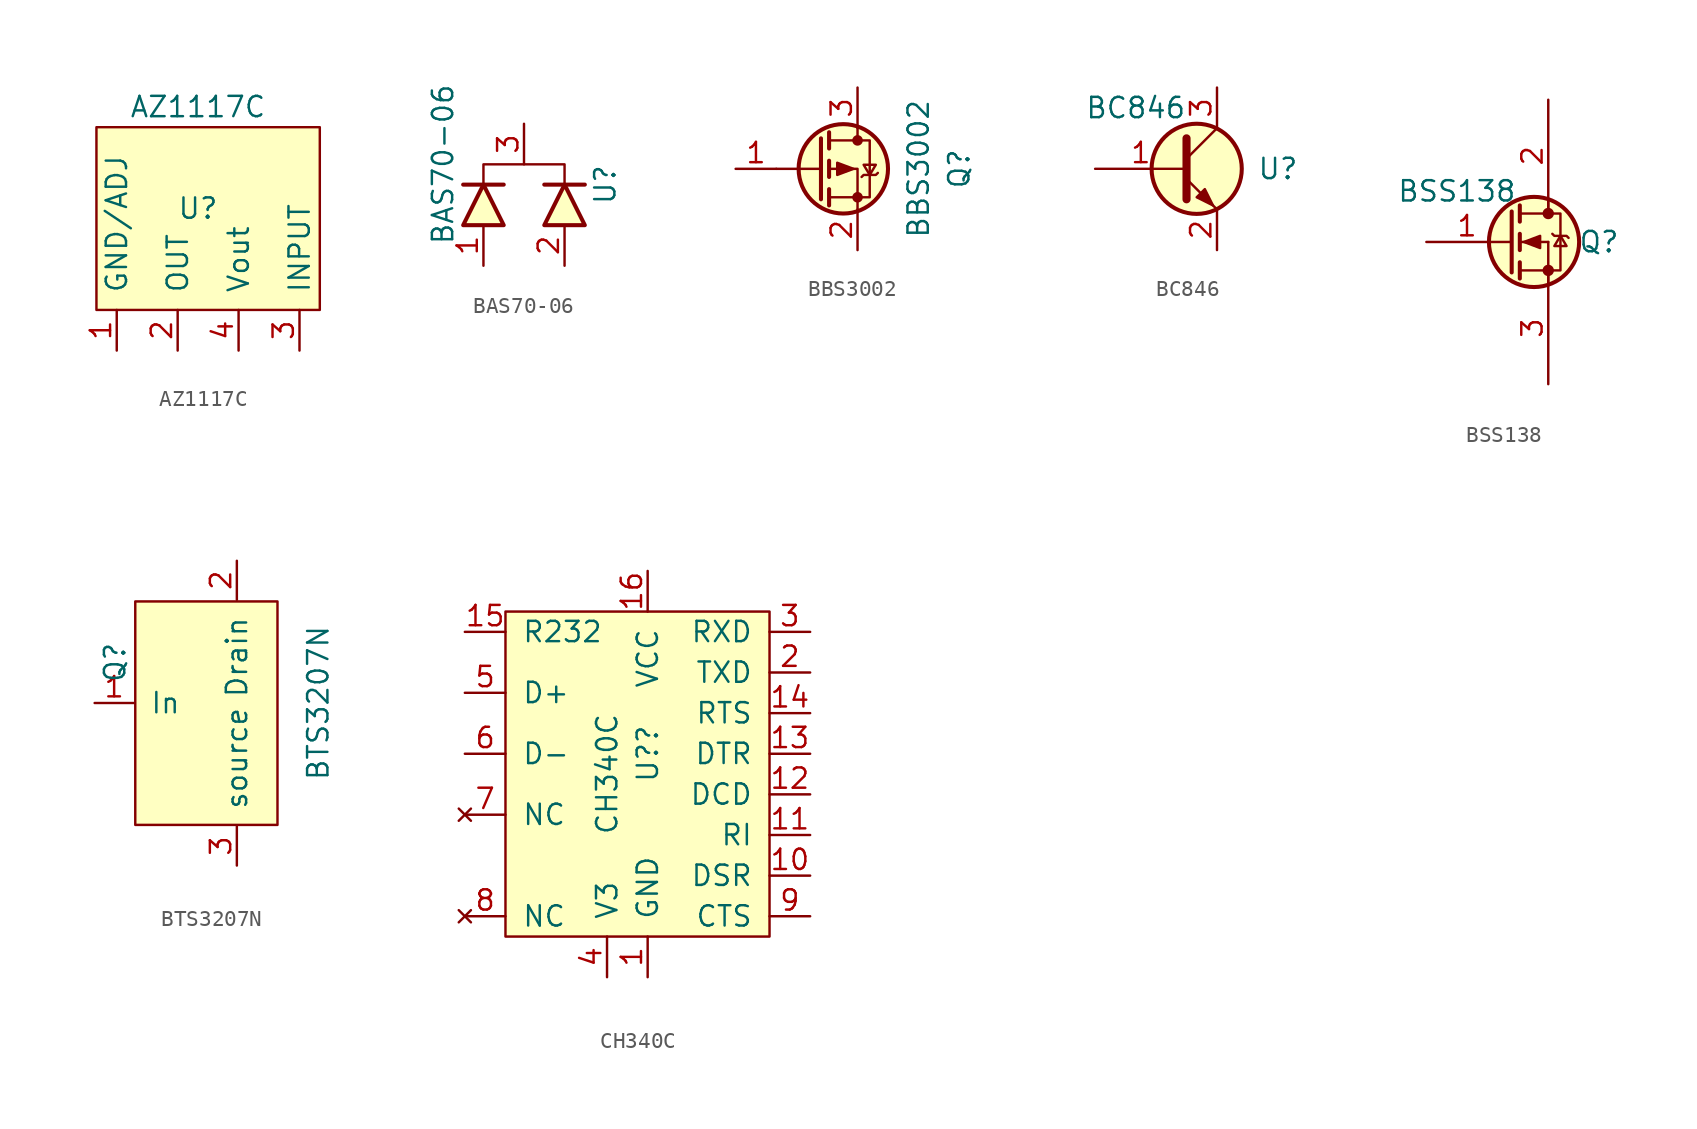
<source format=kicad_sym>
(kicad_symbol_lib
  (version 20201005)
  (generator kicad_symbol_editor)
  (symbol "Halfgelijders:AZ1117C"
    (pin_names
      (offset 1.016))
    (property "Reference" "U"
      (at 5.08 -1.27 0)
      (effects (font (size 1.27 1.27))))
    (property "Value" "AZ1117C"
      (at 5.08 5.08 0)
      (effects (font (size 1.27 1.27))))
    (symbol "AZ1117C_0_1"
      (rectangle (start -1.27 3.81) (end 12.7 -7.62) (stroke (width 0)) (fill (type background))))
    (symbol "AZ1117C_1_1"
      (pin input line (at 0 -10.16 90) (length 2.54) (name "GND/ADJ" (effects (font (size 1.27 1.27)))) (number "1" (effects (font (size 1.27 1.27)))))
      (pin input line (at 3.81 -10.16 90) (length 2.54) (name "OUT" (effects (font (size 1.27 1.27)))) (number "2" (effects (font (size 1.27 1.27)))))
      (pin input line (at 11.43 -10.16 90) (length 2.54) (name "INPUT" (effects (font (size 1.27 1.27)))) (number "3" (effects (font (size 1.27 1.27)))))
      (pin input line (at 7.62 -10.16 90) (length 2.54) (name "Vout" (effects (font (size 1.27 1.27)))) (number "4" (effects (font (size 1.27 1.27)))))))
  (symbol "Halfgelijders:BAS70-06"
    (pin_names
      (offset 1.016))
    (property "Reference" "U"
      (at 5.08 0 90)
      (effects (font (size 1.27 1.27))))
    (property "Value" "BAS70-06"
      (at -5.08 1.27 90)
      (effects (font (size 1.27 1.27))))
    (symbol "BAS70-06_1_1"
      (polyline (pts (xy -1.27 0) (xy -3.81 0)) (stroke (width 0.254)) (fill (type none)))
      (polyline (pts (xy 3.81 0) (xy 1.27 0)) (stroke (width 0.254)) (fill (type none)))
      (polyline (pts (xy -2.54 0) (xy -2.54 1.27) (xy 2.54 1.27) (xy 2.54 0)) (stroke (width 0)) (fill (type none)))
      (polyline (pts (xy -1.27 -2.54) (xy -3.81 -2.54) (xy -2.54 0) (xy -1.27 -2.54)) (stroke (width 0.254)) (fill (type background)))
      (polyline (pts (xy 3.81 -2.54) (xy 1.27 -2.54) (xy 2.54 0) (xy 3.81 -2.54)) (stroke (width 0.254)) (fill (type background)))
      (pin input line (at -2.54 -5.08 90) (length 2.54) (name "~" (effects (font (size 1.27 1.27)))) (number "1" (effects (font (size 1.27 1.27)))))
      (pin input line (at 2.54 -5.08 90) (length 2.54) (name "~" (effects (font (size 1.27 1.27)))) (number "2" (effects (font (size 1.27 1.27)))))
      (pin input line (at 0 3.81 270) (length 2.54) (name "~" (effects (font (size 1.27 1.27)))) (number "3" (effects (font (size 1.27 1.27)))))))
  (symbol "Halfgelijders:BBS3002"
    (pin_names
      (offset 1.016))
    (property "Reference" "Q"
      (at 7.62 0 90)
      (effects (font (size 1.27 1.27))))
    (property "Value" "BBS3002"
      (at 5.08 0 90)
      (effects (font (size 1.27 1.27))))
    (symbol "BBS3002_1_1"
      (circle (center 1.27 -1.778) (radius 0.254) (stroke (width 0)) (fill (type outline)))
      (circle (center 1.27 1.778) (radius 0.254) (stroke (width 0)) (fill (type outline)))
      (circle (center 0.381 0) (radius 2.794) (stroke (width 0.254)) (fill (type background)))
      (polyline (pts (xy -1.016 0) (xy -3.81 0)) (stroke (width 0)) (fill (type none)))
      (polyline (pts (xy -1.016 1.905) (xy -1.016 -1.905)) (stroke (width 0.254)) (fill (type none)))
      (polyline (pts (xy -0.508 -1.27) (xy -0.508 -2.286)) (stroke (width 0.254)) (fill (type none)))
      (polyline (pts (xy -0.508 0.508) (xy -0.508 -0.508)) (stroke (width 0.254)) (fill (type none)))
      (polyline (pts (xy -0.508 2.286) (xy -0.508 1.27)) (stroke (width 0.254)) (fill (type none)))
      (polyline (pts (xy 1.27 2.54) (xy 1.27 1.778)) (stroke (width 0)) (fill (type none)))
      (polyline (pts (xy 1.27 -2.54) (xy 1.27 0) (xy -0.508 0)) (stroke (width 0)) (fill (type none)))
      (polyline (pts (xy -0.508 1.778) (xy 2.032 1.778) (xy 2.032 -1.778) (xy -0.508 -1.778)) (stroke (width 0)) (fill (type none)))
      (polyline (pts (xy 1.524 -0.508) (xy 1.651 -0.381) (xy 2.413 -0.381) (xy 2.54 -0.254)) (stroke (width 0)) (fill (type none)))
      (polyline (pts (xy 2.032 -0.381) (xy 1.651 0.254) (xy 2.413 0.254) (xy 2.032 -0.381)) (stroke (width 0)) (fill (type none)))
      (polyline (pts (xy 1.016 0) (xy 0 0.381) (xy 0 -0.381) (xy 1.016 0)) (stroke (width 0)) (fill (type outline)))
      (pin input line (at -6.35 0 0) (length 2.54) (name "~" (effects (font (size 1.27 1.27)))) (number "1" (effects (font (size 1.27 1.27)))))
      (pin passive line (at 1.27 -5.08 90) (length 2.54) (name "~" (effects (font (size 1.27 1.27)))) (number "2" (effects (font (size 1.27 1.27)))))
      (pin passive line (at 1.27 5.08 270) (length 2.54) (name "~" (effects (font (size 1.27 1.27)))) (number "3" (effects (font (size 1.27 1.27)))))))
  (symbol "Halfgelijders:BC846"
    (pin_names
      (offset 1.016))
    (property "Reference" "U"
      (at 5.08 0 0)
      (effects (font (size 1.27 1.27))))
    (property "Value" "BC846"
      (at -3.81 3.81 0)
      (effects (font (size 1.27 1.27))))
    (symbol "BC846_1_1"
      (circle (center 0 0) (radius 2.819) (stroke (width 0.254)) (fill (type background)))
      (polyline (pts (xy -0.635 0.635) (xy 1.27 2.54)) (stroke (width 0)) (fill (type none)))
      (polyline (pts (xy -0.635 -0.635) (xy 1.27 -2.54) (xy 1.27 -2.54)) (stroke (width 0)) (fill (type none)))
      (polyline (pts (xy -0.635 1.905) (xy -0.635 -1.905) (xy -0.635 -1.905)) (stroke (width 0.508)) (fill (type none)))
      (polyline (pts (xy 0 -1.778) (xy 0.508 -1.27) (xy 1.016 -2.286) (xy 0 -1.778) (xy 0 -1.778)) (stroke (width 0)) (fill (type outline)))
      (pin input line (at -6.35 0 0) (length 5.715) (name "~" (effects (font (size 1.27 1.27)))) (number "1" (effects (font (size 1.27 1.27)))))
      (pin passive line (at 1.27 -5.08 90) (length 2.54) (name "~" (effects (font (size 1.27 1.27)))) (number "2" (effects (font (size 1.27 1.27)))))
      (pin passive line (at 1.27 5.08 270) (length 2.54) (name "~" (effects (font (size 1.27 1.27)))) (number "3" (effects (font (size 1.27 1.27)))))))
  (symbol "Halfgelijders:BSS138"
    (property "Reference" "Q"
      (at 4.445 0 0)
      (effects (font (size 1.27 1.27))))
    (property "Value" "BSS138"
      (at -4.445 3.175 0)
      (effects (font (size 1.27 1.27))))
    (symbol "BSS138_1_1"
      (circle (center 1.27 -1.778) (radius 0.279) (stroke (width 0)) (fill (type outline)))
      (circle (center 1.27 1.778) (radius 0.279) (stroke (width 0)) (fill (type outline)))
      (circle (center 0.381 0) (radius 2.819) (stroke (width 0.254)) (fill (type background)))
      (polyline (pts (xy -1.219 0) (xy -1.016 0)) (stroke (width 0)) (fill (type none)))
      (polyline (pts (xy -0.508 -1.778) (xy 1.27 -1.778)) (stroke (width 0)) (fill (type none)))
      (polyline (pts (xy -0.508 -1.27) (xy -0.508 -2.286)) (stroke (width 0.254)) (fill (type none)))
      (polyline (pts (xy -0.508 0) (xy 1.27 0)) (stroke (width 0)) (fill (type none)))
      (polyline (pts (xy -0.508 0.508) (xy -0.508 -0.508)) (stroke (width 0.254)) (fill (type none)))
      (polyline (pts (xy -0.508 1.778) (xy 1.27 1.778)) (stroke (width 0)) (fill (type none)))
      (polyline (pts (xy -0.508 2.286) (xy -0.508 1.27)) (stroke (width 0.254)) (fill (type none)))
      (polyline (pts (xy 1.27 -1.778) (xy 1.27 -2.54)) (stroke (width 0)) (fill (type none)))
      (polyline (pts (xy 1.27 -1.778) (xy 1.27 0)) (stroke (width 0)) (fill (type none)))
      (polyline (pts (xy 1.27 2.54) (xy 1.27 1.778)) (stroke (width 0)) (fill (type none)))
      (polyline (pts (xy -1.016 1.905) (xy -1.016 -1.905) (xy -1.016 -1.905)) (stroke (width 0.254)) (fill (type none)))
      (polyline (pts (xy 1.27 -1.778) (xy 2.032 -1.778) (xy 2.032 1.778) (xy 1.27 1.778)) (stroke (width 0)) (fill (type none)))
      (polyline (pts (xy 1.524 0.508) (xy 1.651 0.381) (xy 2.413 0.381) (xy 2.54 0.254)) (stroke (width 0)) (fill (type none)))
      (polyline (pts (xy 2.032 0.381) (xy 1.651 -0.254) (xy 2.413 -0.254) (xy 2.032 0.381)) (stroke (width 0)) (fill (type none)))
      (polyline (pts (xy -0.254 0) (xy 0.762 0.381) (xy 0.762 -0.381) (xy -0.254 0)) (stroke (width 0)) (fill (type outline)))
      (pin input line (at -6.35 0 0) (length 5.08) (name "~" (effects (font (size 1.27 1.27)))) (number "1" (effects (font (size 1.27 1.27)))))
      (pin unspecified line (at 1.27 8.89 270) (length 7.01) (name "~" (effects (font (size 1.27 1.27)))) (number "2" (effects (font (size 1.27 1.27)))))
      (pin passive line (at 1.27 -8.89 90) (length 7.01) (name "~" (effects (font (size 1.27 1.27)))) (number "3" (effects (font (size 1.27 1.27)))))))
  (symbol "Halfgelijders:BTS3207N"
    (pin_names
      (offset 1.016))
    (property "Reference" "Q"
      (at -1.27 2.54 90)
      (effects (font (size 1.27 1.27))))
    (property "Value" "BTS3207N"
      (at 11.43 0 90)
      (effects (font (size 1.27 1.27))))
    (symbol "BTS3207N_0_1"
      (rectangle (start 0 6.35) (end 8.89 -7.62) (stroke (width 0)) (fill (type background))))
    (symbol "BTS3207N_1_1"
      (pin unspecified line (at -2.54 0 0) (length 2.438) (name "In" (effects (font (size 1.27 1.27)))) (number "1" (effects (font (size 1.27 1.27)))))
      (pin unspecified line (at 6.35 8.89 270) (length 2.438) (name "Drain" (effects (font (size 1.27 1.27)))) (number "2" (effects (font (size 1.27 1.27)))))
      (pin unspecified line (at 6.35 -10.16 90) (length 2.438) (name "source" (effects (font (size 1.27 1.27)))) (number "3" (effects (font (size 1.27 1.27)))))
      (pin unspecified line (at 6.35 8.89 270) (length 2.438) hide (name "drain" (effects (font (size 1.27 1.27)))) (number "4" (effects (font (size 1.27 1.27)))))))
  (symbol "Halfgelijders:CH340C"
    (pin_names
      (offset 1.016))
    (property "Reference" "U?"
      (at 6.35 -6.35 90)
      (effects (font (size 1.27 1.27))))
    (property "Value" "CH340C"
      (at 3.81 -7.62 90)
      (effects (font (size 1.27 1.27))))
    (symbol "CH340C_0_1"
      (rectangle (start -2.54 2.54) (end 13.97 -17.78) (stroke (width 0)) (fill (type background))))
    (symbol "CH340C_1_1"
      (pin input line (at 6.35 -20.32 90) (length 2.54) (name "GND" (effects (font (size 1.27 1.27)))) (number "1" (effects (font (size 1.27 1.27)))))
      (pin input line (at 16.51 -13.97 180) (length 2.54) (name "DSR" (effects (font (size 1.27 1.27)))) (number "10" (effects (font (size 1.27 1.27)))))
      (pin input line (at 16.51 -11.43 180) (length 2.54) (name "RI" (effects (font (size 1.27 1.27)))) (number "11" (effects (font (size 1.27 1.27)))))
      (pin input line (at 16.51 -8.89 180) (length 2.54) (name "DCD" (effects (font (size 1.27 1.27)))) (number "12" (effects (font (size 1.27 1.27)))))
      (pin input line (at 16.51 -6.35 180) (length 2.54) (name "DTR" (effects (font (size 1.27 1.27)))) (number "13" (effects (font (size 1.27 1.27)))))
      (pin input line (at 16.51 -3.81 180) (length 2.54) (name "RTS" (effects (font (size 1.27 1.27)))) (number "14" (effects (font (size 1.27 1.27)))))
      (pin input line (at -5.08 1.27 0) (length 2.54) (name "R232" (effects (font (size 1.27 1.27)))) (number "15" (effects (font (size 1.27 1.27)))))
      (pin input line (at 6.35 5.08 270) (length 2.54) (name "VCC" (effects (font (size 1.27 1.27)))) (number "16" (effects (font (size 1.27 1.27)))))
      (pin input line (at 16.51 -1.27 180) (length 2.54) (name "TXD" (effects (font (size 1.27 1.27)))) (number "2" (effects (font (size 1.27 1.27)))))
      (pin input line (at 16.51 1.27 180) (length 2.54) (name "RXD" (effects (font (size 1.27 1.27)))) (number "3" (effects (font (size 1.27 1.27)))))
      (pin input line (at 3.81 -20.32 90) (length 2.54) (name "V3" (effects (font (size 1.27 1.27)))) (number "4" (effects (font (size 1.27 1.27)))))
      (pin input line (at -5.08 -2.54 0) (length 2.54) (name "D+" (effects (font (size 1.27 1.27)))) (number "5" (effects (font (size 1.27 1.27)))))
      (pin input line (at -5.08 -6.35 0) (length 2.54) (name "D-" (effects (font (size 1.27 1.27)))) (number "6" (effects (font (size 1.27 1.27)))))
      (pin no_connect line (at -5.08 -10.16 0) (length 2.54) (name "NC" (effects (font (size 1.27 1.27)))) (number "7" (effects (font (size 1.27 1.27)))))
      (pin no_connect line (at -5.08 -16.51 0) (length 2.54) (name "NC" (effects (font (size 1.27 1.27)))) (number "8" (effects (font (size 1.27 1.27)))))
      (pin input line (at 16.51 -16.51 180) (length 2.54) (name "CTS" (effects (font (size 1.27 1.27)))) (number "9" (effects (font (size 1.27 1.27))))))))
</source>
